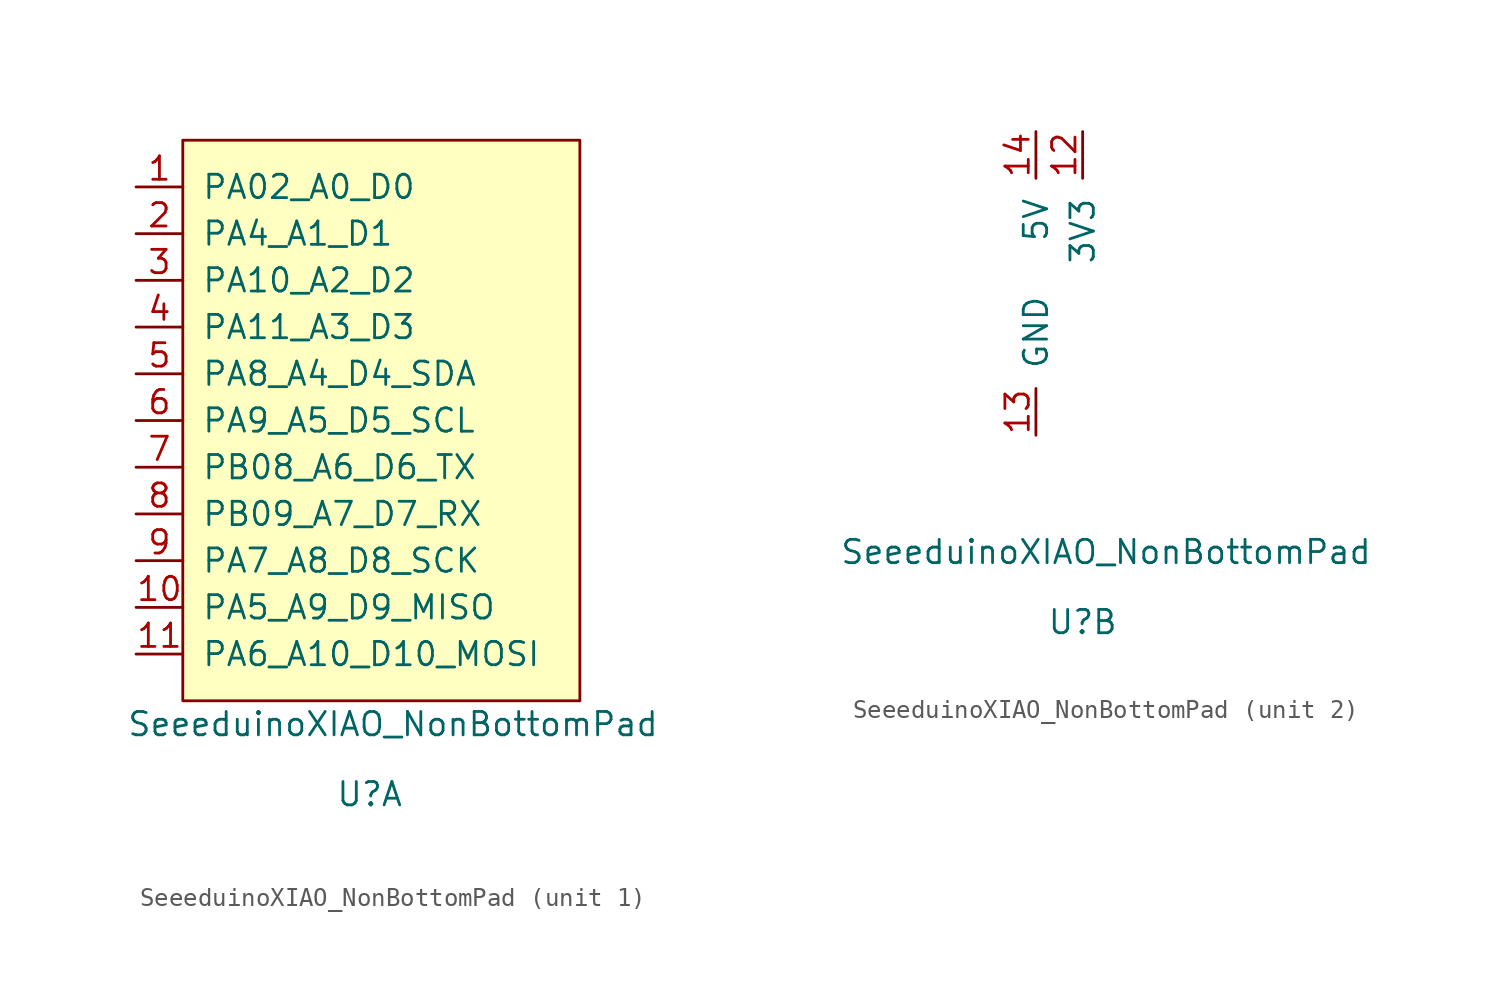
<source format=kicad_sym>
(kicad_symbol_lib
  (version 20231120)
  (generator "kicad_symbol_editor")
  (generator_version "8.0")
  (symbol "SeeeduinoXIAO_NonBottomPad"
    (pin_names
      (offset 1.016))
    (property "Reference" "U"
      (at 1.27 -19.05 0)
      (effects (font (size 1.27 1.27))))
    (property "Value" "SeeeduinoXIAO_NonBottomPad"
      (at 2.54 -15.24 0)
      (effects (font (size 1.27 1.27))))
    (property "ki_locked" ""
      (at 0 0 0)
      (effects (font (size 1.27 1.27))))
    (symbol "SeeeduinoXIAO_NonBottomPad_1_1"
      (rectangle (start -8.89 16.51) (end 12.7 -13.97) (stroke (width 0) (type default)) (fill (type background)))
      (pin bidirectional line (at -11.43 13.97 0) (length 2.54) (name "PA02_A0_D0" (effects (font (size 1.27 1.27)))) (number "1" (effects (font (size 1.27 1.27)))))
      (pin output line (at -11.43 -8.89 0) (length 2.54) (name "PA5_A9_D9_MISO" (effects (font (size 1.27 1.27)))) (number "10" (effects (font (size 1.27 1.27)))))
      (pin bidirectional line (at -11.43 -11.43 0) (length 2.54) (name "PA6_A10_D10_MOSI" (effects (font (size 1.27 1.27)))) (number "11" (effects (font (size 1.27 1.27)))))
      (pin bidirectional line (at -11.43 11.43 0) (length 2.54) (name "PA4_A1_D1" (effects (font (size 1.27 1.27)))) (number "2" (effects (font (size 1.27 1.27)))))
      (pin bidirectional line (at -11.43 8.89 0) (length 2.54) (name "PA10_A2_D2" (effects (font (size 1.27 1.27)))) (number "3" (effects (font (size 1.27 1.27)))))
      (pin bidirectional line (at -11.43 6.35 0) (length 2.54) (name "PA11_A3_D3" (effects (font (size 1.27 1.27)))) (number "4" (effects (font (size 1.27 1.27)))))
      (pin bidirectional line (at -11.43 3.81 0) (length 2.54) (name "PA8_A4_D4_SDA" (effects (font (size 1.27 1.27)))) (number "5" (effects (font (size 1.27 1.27)))))
      (pin bidirectional line (at -11.43 1.27 0) (length 2.54) (name "PA9_A5_D5_SCL" (effects (font (size 1.27 1.27)))) (number "6" (effects (font (size 1.27 1.27)))))
      (pin bidirectional line (at -11.43 -1.27 0) (length 2.54) (name "PB08_A6_D6_TX" (effects (font (size 1.27 1.27)))) (number "7" (effects (font (size 1.27 1.27)))))
      (pin bidirectional line (at -11.43 -3.81 0) (length 2.54) (name "PB09_A7_D7_RX" (effects (font (size 1.27 1.27)))) (number "8" (effects (font (size 1.27 1.27)))))
      (pin bidirectional line (at -11.43 -6.35 0) (length 2.54) (name "PA7_A8_D8_SCK" (effects (font (size 1.27 1.27)))) (number "9" (effects (font (size 1.27 1.27))))))
    (symbol "SeeeduinoXIAO_NonBottomPad_2_1"
      (pin power_in line (at 1.27 7.62 270) (length 2.54) (name "3V3" (effects (font (size 1.27 1.27)))) (number "12" (effects (font (size 1.27 1.27)))))
      (pin power_in line (at -1.27 -8.89 90) (length 2.54) (name "GND" (effects (font (size 1.27 1.27)))) (number "13" (effects (font (size 1.27 1.27)))))
      (pin power_in line (at -1.27 7.62 270) (length 2.54) (name "5V" (effects (font (size 1.27 1.27)))) (number "14" (effects (font (size 1.27 1.27))))))))
</source>
